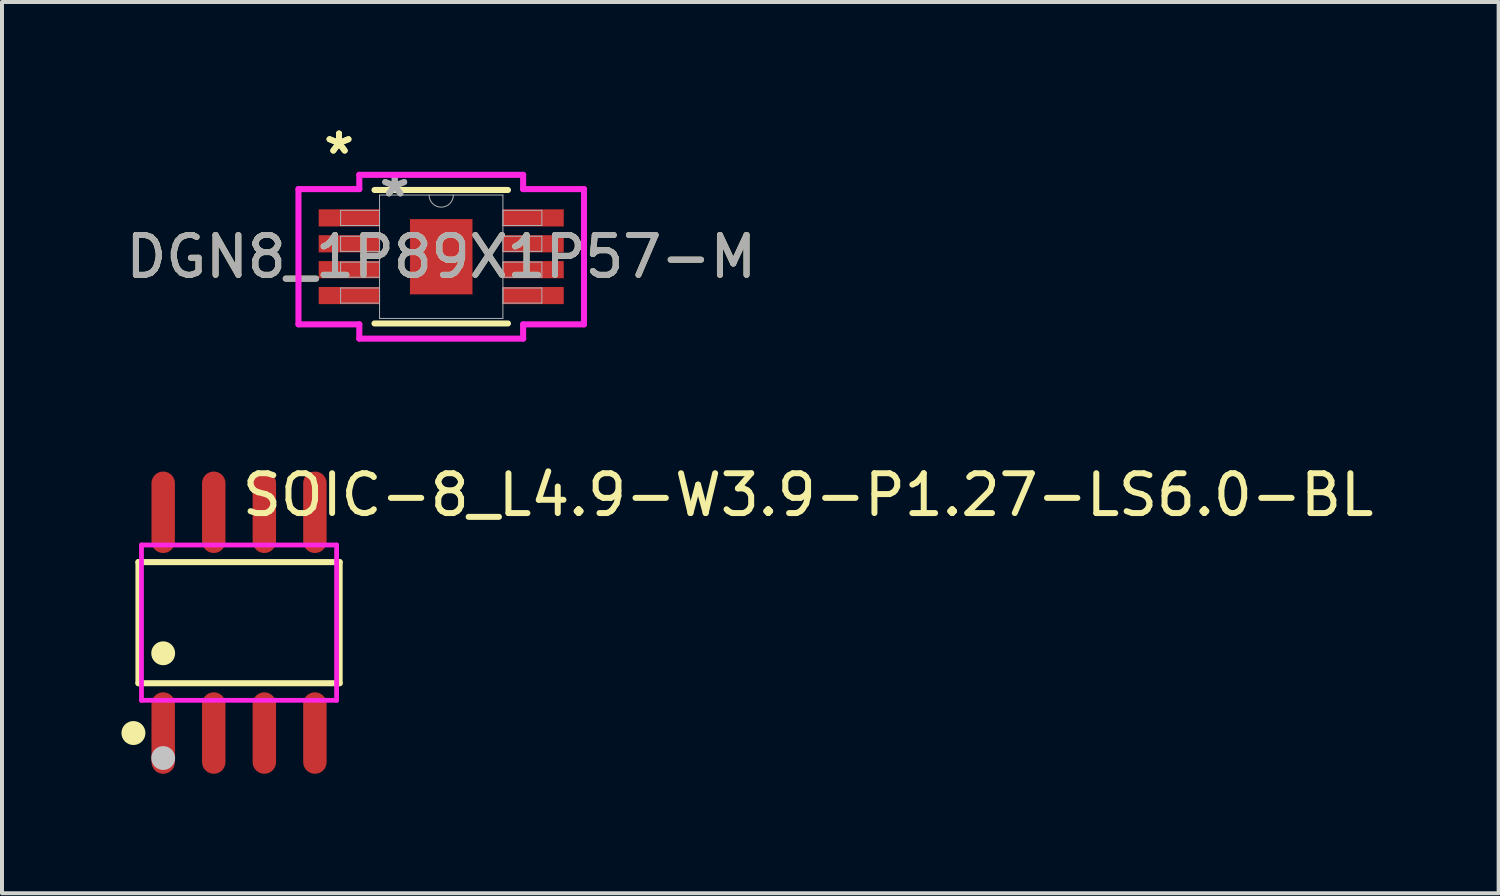
<source format=kicad_pcb>
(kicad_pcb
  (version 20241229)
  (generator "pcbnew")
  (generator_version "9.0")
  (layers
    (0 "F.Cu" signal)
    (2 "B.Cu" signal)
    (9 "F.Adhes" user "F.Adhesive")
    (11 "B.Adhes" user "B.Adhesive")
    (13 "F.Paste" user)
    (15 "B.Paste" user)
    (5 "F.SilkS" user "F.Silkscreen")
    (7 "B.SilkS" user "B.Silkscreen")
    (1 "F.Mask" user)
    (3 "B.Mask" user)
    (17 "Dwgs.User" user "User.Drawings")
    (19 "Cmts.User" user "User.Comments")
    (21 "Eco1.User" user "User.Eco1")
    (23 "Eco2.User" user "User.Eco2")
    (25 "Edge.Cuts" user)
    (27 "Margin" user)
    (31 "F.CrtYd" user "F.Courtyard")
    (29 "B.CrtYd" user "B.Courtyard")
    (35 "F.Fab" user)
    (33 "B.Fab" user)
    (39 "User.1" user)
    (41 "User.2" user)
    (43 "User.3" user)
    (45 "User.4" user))
  (footprint "DGN8_1P89X1P57-M"
    (layer "F.Cu")
    (at 8.03 3.397)
    (property "Reference" "DGN8_1P89X1P57-M" (at 0 0 0) (unlocked yes) (layer "F.SilkS") (effects (font (size 1 1) (thickness 0.15))))
    (attr smd)
    (fp_line (start -1.676 1.676) (end 1.676 1.676) (stroke (width 0.152) (type solid)) (layer "F.SilkS"))
    (fp_line (start 1.676 -1.676) (end -1.676 -1.676) (stroke (width 0.152) (type solid)) (layer "F.SilkS"))
    (fp_line (start -3.585 -1.698) (end -2.057 -1.698) (stroke (width 0.152) (type solid)) (layer "F.CrtYd"))
    (fp_line (start -3.585 1.698) (end -3.585 -1.698) (stroke (width 0.152) (type solid)) (layer "F.CrtYd"))
    (fp_line (start -3.585 1.698) (end -2.057 1.698) (stroke (width 0.152) (type solid)) (layer "F.CrtYd"))
    (fp_line (start -2.057 -2.057) (end 2.057 -2.057) (stroke (width 0.152) (type solid)) (layer "F.CrtYd"))
    (fp_line (start -2.057 -1.698) (end -2.057 -2.057) (stroke (width 0.152) (type solid)) (layer "F.CrtYd"))
    (fp_line (start -2.057 2.057) (end -2.057 1.698) (stroke (width 0.152) (type solid)) (layer "F.CrtYd"))
    (fp_line (start 2.057 -2.057) (end 2.057 -1.698) (stroke (width 0.152) (type solid)) (layer "F.CrtYd"))
    (fp_line (start 2.057 1.698) (end 2.057 2.057) (stroke (width 0.152) (type solid)) (layer "F.CrtYd"))
    (fp_line (start 2.057 2.057) (end -2.057 2.057) (stroke (width 0.152) (type solid)) (layer "F.CrtYd"))
    (fp_line (start 3.585 -1.698) (end 2.057 -1.698) (stroke (width 0.152) (type solid)) (layer "F.CrtYd"))
    (fp_line (start 3.585 -1.698) (end 3.585 1.698) (stroke (width 0.152) (type solid)) (layer "F.CrtYd"))
    (fp_line (start 3.585 1.698) (end 2.057 1.698) (stroke (width 0.152) (type solid)) (layer "F.CrtYd"))
    (fp_line (start -2.527 -1.165) (end -2.527 -0.784) (stroke (width 0.025) (type solid)) (layer "F.Fab"))
    (fp_line (start -2.527 -0.784) (end -1.549 -0.784) (stroke (width 0.025) (type solid)) (layer "F.Fab"))
    (fp_line (start -2.527 -0.515) (end -2.527 -0.135) (stroke (width 0.025) (type solid)) (layer "F.Fab"))
    (fp_line (start -2.527 -0.135) (end -1.549 -0.135) (stroke (width 0.025) (type solid)) (layer "F.Fab"))
    (fp_line (start -2.527 0.135) (end -2.527 0.515) (stroke (width 0.025) (type solid)) (layer "F.Fab"))
    (fp_line (start -2.527 0.515) (end -1.549 0.515) (stroke (width 0.025) (type solid)) (layer "F.Fab"))
    (fp_line (start -2.527 0.784) (end -2.527 1.165) (stroke (width 0.025) (type solid)) (layer "F.Fab"))
    (fp_line (start -2.527 1.165) (end -1.549 1.165) (stroke (width 0.025) (type solid)) (layer "F.Fab"))
    (fp_line (start -1.549 -1.549) (end -1.549 1.549) (stroke (width 0.025) (type solid)) (layer "F.Fab"))
    (fp_line (start -1.549 -1.165) (end -2.527 -1.165) (stroke (width 0.025) (type solid)) (layer "F.Fab"))
    (fp_line (start -1.549 -0.784) (end -1.549 -1.165) (stroke (width 0.025) (type solid)) (layer "F.Fab"))
    (fp_line (start -1.549 -0.515) (end -2.527 -0.515) (stroke (width 0.025) (type solid)) (layer "F.Fab"))
    (fp_line (start -1.549 -0.135) (end -1.549 -0.515) (stroke (width 0.025) (type solid)) (layer "F.Fab"))
    (fp_line (start -1.549 0.135) (end -2.527 0.135) (stroke (width 0.025) (type solid)) (layer "F.Fab"))
    (fp_line (start -1.549 0.515) (end -1.549 0.135) (stroke (width 0.025) (type solid)) (layer "F.Fab"))
    (fp_line (start -1.549 0.784) (end -2.527 0.784) (stroke (width 0.025) (type solid)) (layer "F.Fab"))
    (fp_line (start -1.549 1.165) (end -1.549 0.784) (stroke (width 0.025) (type solid)) (layer "F.Fab"))
    (fp_line (start -1.549 1.549) (end 1.549 1.549) (stroke (width 0.025) (type solid)) (layer "F.Fab"))
    (fp_line (start 1.549 -1.549) (end -1.549 -1.549) (stroke (width 0.025) (type solid)) (layer "F.Fab"))
    (fp_line (start 1.549 -1.165) (end 1.549 -0.784) (stroke (width 0.025) (type solid)) (layer "F.Fab"))
    (fp_line (start 1.549 -0.784) (end 2.527 -0.784) (stroke (width 0.025) (type solid)) (layer "F.Fab"))
    (fp_line (start 1.549 -0.515) (end 1.549 -0.135) (stroke (width 0.025) (type solid)) (layer "F.Fab"))
    (fp_line (start 1.549 -0.135) (end 2.527 -0.135) (stroke (width 0.025) (type solid)) (layer "F.Fab"))
    (fp_line (start 1.549 0.135) (end 1.549 0.515) (stroke (width 0.025) (type solid)) (layer "F.Fab"))
    (fp_line (start 1.549 0.515) (end 2.527 0.515) (stroke (width 0.025) (type solid)) (layer "F.Fab"))
    (fp_line (start 1.549 0.784) (end 1.549 1.165) (stroke (width 0.025) (type solid)) (layer "F.Fab"))
    (fp_line (start 1.549 1.165) (end 2.527 1.165) (stroke (width 0.025) (type solid)) (layer "F.Fab"))
    (fp_line (start 1.549 1.549) (end 1.549 -1.549) (stroke (width 0.025) (type solid)) (layer "F.Fab"))
    (fp_line (start 2.527 -1.165) (end 1.549 -1.165) (stroke (width 0.025) (type solid)) (layer "F.Fab"))
    (fp_line (start 2.527 -0.784) (end 2.527 -1.165) (stroke (width 0.025) (type solid)) (layer "F.Fab"))
    (fp_line (start 2.527 -0.515) (end 1.549 -0.515) (stroke (width 0.025) (type solid)) (layer "F.Fab"))
    (fp_line (start 2.527 -0.135) (end 2.527 -0.515) (stroke (width 0.025) (type solid)) (layer "F.Fab"))
    (fp_line (start 2.527 0.135) (end 1.549 0.135) (stroke (width 0.025) (type solid)) (layer "F.Fab"))
    (fp_line (start 2.527 0.515) (end 2.527 0.135) (stroke (width 0.025) (type solid)) (layer "F.Fab"))
    (fp_line (start 2.527 0.784) (end 1.549 0.784) (stroke (width 0.025) (type solid)) (layer "F.Fab"))
    (fp_line (start 2.527 1.165) (end 2.527 0.784) (stroke (width 0.025) (type solid)) (layer "F.Fab"))
    (fp_arc (start 0.3048 -1.5494) (mid 0 -1.2446) (end -0.3048 -1.5494) (stroke (width 0.0254) (type solid)) (layer "F.Fab"))
    (fp_text user "*" (at -2.567 -2.549 0) (layer "F.SilkS") (effects (font (size 1 1) (thickness 0.15))))
    (fp_text user "*" (at -2.567 -2.549 0) (unlocked yes) (layer "F.SilkS") (effects (font (size 1 1) (thickness 0.15))))
    (fp_text user "*" (at -1.168 -1.473 0) (unlocked yes) (layer "F.Fab") (effects (font (size 1 1) (thickness 0.15))))
    (fp_text user "*" (at -1.168 -1.473 0) (layer "F.Fab") (effects (font (size 1 1) (thickness 0.15))))
    (fp_text user "${REFERENCE}" (at 0 0 0) (unlocked yes) (layer "F.Fab") (effects (font (size 1 1) (thickness 0.15))))
    (pad "1" smd rect (at -2.313 -0.975) (size 1.528 0.431) (layers "F.Cu" "F.Mask" "F.Paste"))
    (pad "2" smd rect (at -2.313 -0.325) (size 1.528 0.431) (layers "F.Cu" "F.Mask" "F.Paste"))
    (pad "3" smd rect (at -2.313 0.325) (size 1.528 0.431) (layers "F.Cu" "F.Mask" "F.Paste"))
    (pad "4" smd rect (at -2.313 0.975) (size 1.528 0.431) (layers "F.Cu" "F.Mask" "F.Paste"))
    (pad "5" smd rect (at 2.313 0.975) (size 1.528 0.431) (layers "F.Cu" "F.Mask" "F.Paste"))
    (pad "6" smd rect (at 2.313 0.325) (size 1.528 0.431) (layers "F.Cu" "F.Mask" "F.Paste"))
    (pad "7" smd rect (at 2.313 -0.325) (size 1.528 0.431) (layers "F.Cu" "F.Mask" "F.Paste"))
    (pad "8" smd rect (at 2.313 -0.975) (size 1.528 0.431) (layers "F.Cu" "F.Mask" "F.Paste"))
    (pad "EPAD" smd rect (at 0 0) (size 1.57 1.89) (layers "F.Cu" "F.Mask" "F.Paste")))
  (footprint "SOIC-8_L4.9-W3.9-P1.27-LS6.0-BL"
    (layer "F.Cu")
    (at 2.953 12.586)
    (property "Reference" "SOIC-8_L4.9-W3.9-P1.27-LS6.0-BL" (at 0 -3.207 0) (layer "F.SilkS") (effects (font (size 1 1) (thickness 0.15)) (justify left)))
    (attr through_hole)
    (fp_line (start -2.526 -1.521) (end 2.526 -1.521) (stroke (width 0.152) (type solid)) (layer "F.SilkS"))
    (fp_line (start -2.526 1.521) (end -2.526 -1.521) (stroke (width 0.152) (type solid)) (layer "F.SilkS"))
    (fp_line (start 2.526 -1.521) (end 2.526 1.521) (stroke (width 0.152) (type solid)) (layer "F.SilkS"))
    (fp_line (start 2.526 1.521) (end -2.526 1.521) (stroke (width 0.152) (type solid)) (layer "F.SilkS"))
    (fp_circle (center -2.652 2.772) (end -2.501 2.772) (stroke (width 0.3) (type solid)) (fill no) (layer "F.SilkS"))
    (fp_circle (center -1.905 0.769) (end -1.755 0.769) (stroke (width 0.3) (type solid)) (fill no) (layer "F.SilkS"))
    (fp_circle (center -1.905 3.4) (end -1.755 3.4) (stroke (width 0.3) (type solid)) (fill no) (layer "Dwgs.User"))
    (fp_line (start -2.115 -2.175) (end -2.115 -1.94) (stroke (width 0.12) (type solid)) (layer "Eco2.User"))
    (fp_line (start -2.115 -1.94) (end -1.695 -1.94) (stroke (width 0.12) (type solid)) (layer "Eco2.User"))
    (fp_line (start -2.115 1.94) (end -1.695 1.94) (stroke (width 0.12) (type solid)) (layer "Eco2.User"))
    (fp_line (start -2.115 2.175) (end -2.115 1.94) (stroke (width 0.12) (type solid)) (layer "Eco2.User"))
    (fp_line (start -1.695 -2.175) (end -2.115 -2.175) (stroke (width 0.12) (type solid)) (layer "Eco2.User"))
    (fp_line (start -1.695 -1.94) (end -1.695 -2.175) (stroke (width 0.12) (type solid)) (layer "Eco2.User"))
    (fp_line (start -1.695 1.94) (end -1.695 2.175) (stroke (width 0.12) (type solid)) (layer "Eco2.User"))
    (fp_line (start -1.695 2.175) (end -2.115 2.175) (stroke (width 0.12) (type solid)) (layer "Eco2.User"))
    (fp_line (start -0.845 -2.175) (end -0.845 -1.94) (stroke (width 0.12) (type solid)) (layer "Eco2.User"))
    (fp_line (start -0.845 -1.94) (end -0.425 -1.94) (stroke (width 0.12) (type solid)) (layer "Eco2.User"))
    (fp_line (start -0.845 1.94) (end -0.425 1.94) (stroke (width 0.12) (type solid)) (layer "Eco2.User"))
    (fp_line (start -0.845 2.175) (end -0.845 1.94) (stroke (width 0.12) (type solid)) (layer "Eco2.User"))
    (fp_line (start -0.425 -2.175) (end -0.845 -2.175) (stroke (width 0.12) (type solid)) (layer "Eco2.User"))
    (fp_line (start -0.425 -1.94) (end -0.425 -2.175) (stroke (width 0.12) (type solid)) (layer "Eco2.User"))
    (fp_line (start -0.425 1.94) (end -0.425 2.175) (stroke (width 0.12) (type solid)) (layer "Eco2.User"))
    (fp_line (start -0.425 2.175) (end -0.845 2.175) (stroke (width 0.12) (type solid)) (layer "Eco2.User"))
    (fp_line (start 0.425 -2.175) (end 0.425 -1.94) (stroke (width 0.12) (type solid)) (layer "Eco2.User"))
    (fp_line (start 0.425 -1.94) (end 0.845 -1.94) (stroke (width 0.12) (type solid)) (layer "Eco2.User"))
    (fp_line (start 0.425 1.94) (end 0.845 1.94) (stroke (width 0.12) (type solid)) (layer "Eco2.User"))
    (fp_line (start 0.425 2.175) (end 0.425 1.94) (stroke (width 0.12) (type solid)) (layer "Eco2.User"))
    (fp_line (start 0.845 -2.175) (end 0.425 -2.175) (stroke (width 0.12) (type solid)) (layer "Eco2.User"))
    (fp_line (start 0.845 -1.94) (end 0.845 -2.175) (stroke (width 0.12) (type solid)) (layer "Eco2.User"))
    (fp_line (start 0.845 1.94) (end 0.845 2.175) (stroke (width 0.12) (type solid)) (layer "Eco2.User"))
    (fp_line (start 0.845 2.175) (end 0.425 2.175) (stroke (width 0.12) (type solid)) (layer "Eco2.User"))
    (fp_line (start 1.695 -2.175) (end 1.695 -1.94) (stroke (width 0.12) (type solid)) (layer "Eco2.User"))
    (fp_line (start 1.695 -1.94) (end 2.115 -1.94) (stroke (width 0.12) (type solid)) (layer "Eco2.User"))
    (fp_line (start 1.695 1.94) (end 2.115 1.94) (stroke (width 0.12) (type solid)) (layer "Eco2.User"))
    (fp_line (start 1.695 2.175) (end 1.695 1.94) (stroke (width 0.12) (type solid)) (layer "Eco2.User"))
    (fp_line (start 2.115 -2.175) (end 1.695 -2.175) (stroke (width 0.12) (type solid)) (layer "Eco2.User"))
    (fp_line (start 2.115 -1.94) (end 2.115 -2.175) (stroke (width 0.12) (type solid)) (layer "Eco2.User"))
    (fp_line (start 2.115 1.94) (end 2.115 2.175) (stroke (width 0.12) (type solid)) (layer "Eco2.User"))
    (fp_line (start 2.115 2.175) (end 1.695 2.175) (stroke (width 0.12) (type solid)) (layer "Eco2.User"))
    (fp_circle (center -2.45 3) (end -2.42 3) (stroke (width 0.06) (type solid)) (fill no) (layer "Eco2.User"))
    (fp_poly (pts (xy -2.115 -3) (xy -2.115 -2.165) (xy -1.695 -2.165) (xy -1.695 -3)) (stroke (width 0.12) (type solid)) (fill no) (layer "Eco2.User"))
    (fp_poly (pts (xy -2.115 3) (xy -2.115 2.165) (xy -1.695 2.165) (xy -1.695 3)) (stroke (width 0.12) (type solid)) (fill no) (layer "Eco2.User"))
    (fp_poly (pts (xy -0.845 -3) (xy -0.845 -2.165) (xy -0.425 -2.165) (xy -0.425 -3)) (stroke (width 0.12) (type solid)) (fill no) (layer "Eco2.User"))
    (fp_poly (pts (xy -0.845 3) (xy -0.845 2.165) (xy -0.425 2.165) (xy -0.425 3)) (stroke (width 0.12) (type solid)) (fill no) (layer "Eco2.User"))
    (fp_poly (pts (xy 0.425 -3) (xy 0.425 -2.165) (xy 0.845 -2.165) (xy 0.845 -3)) (stroke (width 0.12) (type solid)) (fill no) (layer "Eco2.User"))
    (fp_poly (pts (xy 0.425 3) (xy 0.425 2.165) (xy 0.845 2.165) (xy 0.845 3)) (stroke (width 0.12) (type solid)) (fill no) (layer "Eco2.User"))
    (fp_poly (pts (xy 1.695 -3) (xy 1.695 -2.165) (xy 2.115 -2.165) (xy 2.115 -3)) (stroke (width 0.12) (type solid)) (fill no) (layer "Eco2.User"))
    (fp_poly (pts (xy 1.695 3) (xy 1.695 2.165) (xy 2.115 2.165) (xy 2.115 3)) (stroke (width 0.12) (type solid)) (fill no) (layer "Eco2.User"))
    (fp_line (start -2.45 -1.95) (end 2.45 -1.95) (stroke (width 0.12) (type solid)) (layer "F.CrtYd"))
    (fp_line (start -2.45 1.95) (end -2.45 -1.95) (stroke (width 0.12) (type solid)) (layer "F.CrtYd"))
    (fp_line (start 2.45 -1.95) (end 2.45 1.95) (stroke (width 0.12) (type solid)) (layer "F.CrtYd"))
    (fp_line (start 2.45 1.95) (end -2.45 1.95) (stroke (width 0.12) (type solid)) (layer "F.CrtYd"))
    (pad "1" smd oval (at -1.905 2.772) (size 0.588 2.045) (layers "F.Cu" "F.Mask" "F.Paste"))
    (pad "2" smd oval (at -0.635 2.772) (size 0.588 2.045) (layers "F.Cu" "F.Mask" "F.Paste"))
    (pad "3" smd oval (at 0.635 2.772) (size 0.588 2.045) (layers "F.Cu" "F.Mask" "F.Paste"))
    (pad "4" smd oval (at 1.905 2.772) (size 0.588 2.045) (layers "F.Cu" "F.Mask" "F.Paste"))
    (pad "5" smd oval (at 1.905 -2.772) (size 0.588 2.045) (layers "F.Cu" "F.Mask" "F.Paste"))
    (pad "6" smd oval (at 0.635 -2.772) (size 0.588 2.045) (layers "F.Cu" "F.Mask" "F.Paste"))
    (pad "7" smd oval (at -0.635 -2.772) (size 0.588 2.045) (layers "F.Cu" "F.Mask" "F.Paste"))
    (pad "8" smd oval (at -1.905 -2.772) (size 0.588 2.045) (layers "F.Cu" "F.Mask" "F.Paste")))
  (gr_rect
    (start -3 -3)
    (end 34.584 19.381)
    (stroke (width 0.1) (type default))
    (fill no)
    (layer "Edge.Cuts")))
</source>
